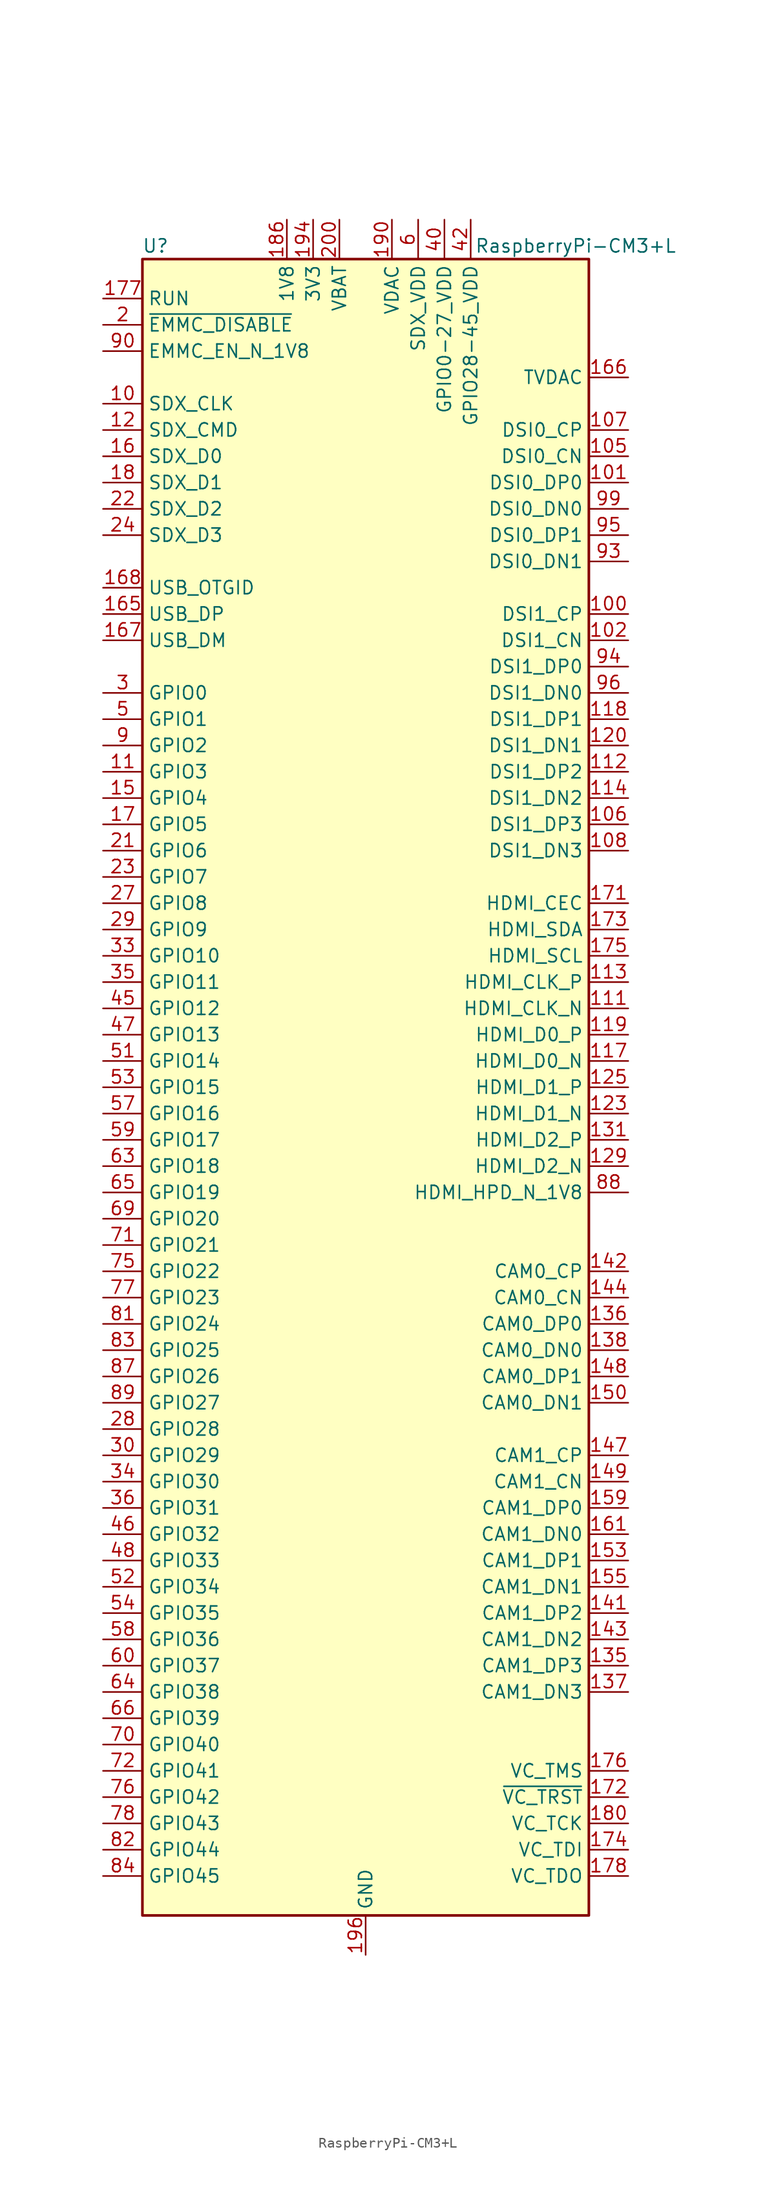
<source format=kicad_sym>
(kicad_symbol_lib
  (version 20211014)
  (generator kicad_symbol_editor)
  (symbol "RaspberryPi-CM3+L"
    (property "Reference" "U"
      (at -20.32 81.28 0)
      (effects (font (size 1.27 1.27))))
    (property "Value" "RaspberryPi-CM3+L"
      (at 20.32 81.28 0)
      (effects (font (size 1.27 1.27))))
    (symbol "RaspberryPi-CM3+L_0_1"
      (rectangle (start -21.59 80.01) (end 21.59 -80.01) (stroke (width 0.254) (type default) (color 0 0 0 0)) (fill (type background))))
    (symbol "RaspberryPi-CM3+L_1_1"
      (pin passive line (at 0 -83.82 90) (length 3.81) hide (name "GND" (effects (font (size 1.27 1.27)))) (number "1" (effects (font (size 1.27 1.27)))))
      (pin output line (at -25.4 66.04 0) (length 3.81) (name "SDX_CLK" (effects (font (size 1.27 1.27)))) (number "10" (effects (font (size 1.27 1.27)))))
      (pin output line (at 25.4 45.72 180) (length 3.81) (name "DSI1_CP" (effects (font (size 1.27 1.27)))) (number "100" (effects (font (size 1.27 1.27)))))
      (pin output line (at 25.4 58.42 180) (length 3.81) (name "DSI0_DP0" (effects (font (size 1.27 1.27)))) (number "101" (effects (font (size 1.27 1.27)))))
      (pin output line (at 25.4 43.18 180) (length 3.81) (name "DSI1_CN" (effects (font (size 1.27 1.27)))) (number "102" (effects (font (size 1.27 1.27)))))
      (pin passive line (at 0 -83.82 90) (length 3.81) hide (name "GND" (effects (font (size 1.27 1.27)))) (number "103" (effects (font (size 1.27 1.27)))))
      (pin passive line (at 0 -83.82 90) (length 3.81) hide (name "GND" (effects (font (size 1.27 1.27)))) (number "104" (effects (font (size 1.27 1.27)))))
      (pin output line (at 25.4 60.96 180) (length 3.81) (name "DSI0_CN" (effects (font (size 1.27 1.27)))) (number "105" (effects (font (size 1.27 1.27)))))
      (pin output line (at 25.4 25.4 180) (length 3.81) (name "DSI1_DP3" (effects (font (size 1.27 1.27)))) (number "106" (effects (font (size 1.27 1.27)))))
      (pin output line (at 25.4 63.5 180) (length 3.81) (name "DSI0_CP" (effects (font (size 1.27 1.27)))) (number "107" (effects (font (size 1.27 1.27)))))
      (pin output line (at 25.4 22.86 180) (length 3.81) (name "DSI1_DN3" (effects (font (size 1.27 1.27)))) (number "108" (effects (font (size 1.27 1.27)))))
      (pin passive line (at 0 -83.82 90) (length 3.81) hide (name "GND" (effects (font (size 1.27 1.27)))) (number "109" (effects (font (size 1.27 1.27)))))
      (pin bidirectional line (at -25.4 30.48 0) (length 3.81) (name "GPIO3" (effects (font (size 1.27 1.27)))) (number "11" (effects (font (size 1.27 1.27)))))
      (pin passive line (at 0 -83.82 90) (length 3.81) hide (name "GND" (effects (font (size 1.27 1.27)))) (number "110" (effects (font (size 1.27 1.27)))))
      (pin output line (at 25.4 7.62 180) (length 3.81) (name "HDMI_CLK_N" (effects (font (size 1.27 1.27)))) (number "111" (effects (font (size 1.27 1.27)))))
      (pin output line (at 25.4 30.48 180) (length 3.81) (name "DSI1_DP2" (effects (font (size 1.27 1.27)))) (number "112" (effects (font (size 1.27 1.27)))))
      (pin output line (at 25.4 10.16 180) (length 3.81) (name "HDMI_CLK_P" (effects (font (size 1.27 1.27)))) (number "113" (effects (font (size 1.27 1.27)))))
      (pin output line (at 25.4 27.94 180) (length 3.81) (name "DSI1_DN2" (effects (font (size 1.27 1.27)))) (number "114" (effects (font (size 1.27 1.27)))))
      (pin passive line (at 0 -83.82 90) (length 3.81) hide (name "GND" (effects (font (size 1.27 1.27)))) (number "115" (effects (font (size 1.27 1.27)))))
      (pin passive line (at 0 -83.82 90) (length 3.81) hide (name "GND" (effects (font (size 1.27 1.27)))) (number "116" (effects (font (size 1.27 1.27)))))
      (pin output line (at 25.4 2.54 180) (length 3.81) (name "HDMI_D0_N" (effects (font (size 1.27 1.27)))) (number "117" (effects (font (size 1.27 1.27)))))
      (pin output line (at 25.4 35.56 180) (length 3.81) (name "DSI1_DP1" (effects (font (size 1.27 1.27)))) (number "118" (effects (font (size 1.27 1.27)))))
      (pin output line (at 25.4 5.08 180) (length 3.81) (name "HDMI_D0_P" (effects (font (size 1.27 1.27)))) (number "119" (effects (font (size 1.27 1.27)))))
      (pin bidirectional line (at -25.4 63.5 0) (length 3.81) (name "SDX_CMD" (effects (font (size 1.27 1.27)))) (number "12" (effects (font (size 1.27 1.27)))))
      (pin output line (at 25.4 33.02 180) (length 3.81) (name "DSI1_DN1" (effects (font (size 1.27 1.27)))) (number "120" (effects (font (size 1.27 1.27)))))
      (pin passive line (at 0 -83.82 90) (length 3.81) hide (name "GND" (effects (font (size 1.27 1.27)))) (number "121" (effects (font (size 1.27 1.27)))))
      (pin passive line (at 0 -83.82 90) (length 3.81) hide (name "GND" (effects (font (size 1.27 1.27)))) (number "122" (effects (font (size 1.27 1.27)))))
      (pin output line (at 25.4 -2.54 180) (length 3.81) (name "HDMI_D1_N" (effects (font (size 1.27 1.27)))) (number "123" (effects (font (size 1.27 1.27)))))
      (pin no_connect line (at 20.32 76.2 180) (length 2.54) hide (name "NC" (effects (font (size 1.27 1.27)))) (number "124" (effects (font (size 1.27 1.27)))))
      (pin output line (at 25.4 0 180) (length 3.81) (name "HDMI_D1_P" (effects (font (size 1.27 1.27)))) (number "125" (effects (font (size 1.27 1.27)))))
      (pin no_connect line (at 20.32 73.66 180) (length 2.54) hide (name "NC" (effects (font (size 1.27 1.27)))) (number "126" (effects (font (size 1.27 1.27)))))
      (pin passive line (at 0 -83.82 90) (length 3.81) hide (name "GND" (effects (font (size 1.27 1.27)))) (number "127" (effects (font (size 1.27 1.27)))))
      (pin no_connect line (at 20.32 71.12 180) (length 2.54) hide (name "NC" (effects (font (size 1.27 1.27)))) (number "128" (effects (font (size 1.27 1.27)))))
      (pin output line (at 25.4 -7.62 180) (length 3.81) (name "HDMI_D2_N" (effects (font (size 1.27 1.27)))) (number "129" (effects (font (size 1.27 1.27)))))
      (pin passive line (at 0 -83.82 90) (length 3.81) hide (name "GND" (effects (font (size 1.27 1.27)))) (number "13" (effects (font (size 1.27 1.27)))))
      (pin no_connect line (at 20.32 66.04 180) (length 2.54) hide (name "NC" (effects (font (size 1.27 1.27)))) (number "130" (effects (font (size 1.27 1.27)))))
      (pin output line (at 25.4 -5.08 180) (length 3.81) (name "HDMI_D2_P" (effects (font (size 1.27 1.27)))) (number "131" (effects (font (size 1.27 1.27)))))
      (pin no_connect line (at 20.32 48.26 180) (length 2.54) hide (name "NC" (effects (font (size 1.27 1.27)))) (number "132" (effects (font (size 1.27 1.27)))))
      (pin passive line (at 0 -83.82 90) (length 3.81) hide (name "GND" (effects (font (size 1.27 1.27)))) (number "133" (effects (font (size 1.27 1.27)))))
      (pin passive line (at 0 -83.82 90) (length 3.81) hide (name "GND" (effects (font (size 1.27 1.27)))) (number "134" (effects (font (size 1.27 1.27)))))
      (pin input line (at 25.4 -55.88 180) (length 3.81) (name "CAM1_DP3" (effects (font (size 1.27 1.27)))) (number "135" (effects (font (size 1.27 1.27)))))
      (pin input line (at 25.4 -22.86 180) (length 3.81) (name "CAM0_DP0" (effects (font (size 1.27 1.27)))) (number "136" (effects (font (size 1.27 1.27)))))
      (pin input line (at 25.4 -58.42 180) (length 3.81) (name "CAM1_DN3" (effects (font (size 1.27 1.27)))) (number "137" (effects (font (size 1.27 1.27)))))
      (pin input line (at 25.4 -25.4 180) (length 3.81) (name "CAM0_DN0" (effects (font (size 1.27 1.27)))) (number "138" (effects (font (size 1.27 1.27)))))
      (pin passive line (at 0 -83.82 90) (length 3.81) hide (name "GND" (effects (font (size 1.27 1.27)))) (number "139" (effects (font (size 1.27 1.27)))))
      (pin passive line (at 0 -83.82 90) (length 3.81) hide (name "GND" (effects (font (size 1.27 1.27)))) (number "14" (effects (font (size 1.27 1.27)))))
      (pin passive line (at 0 -83.82 90) (length 3.81) hide (name "GND" (effects (font (size 1.27 1.27)))) (number "140" (effects (font (size 1.27 1.27)))))
      (pin input line (at 25.4 -50.8 180) (length 3.81) (name "CAM1_DP2" (effects (font (size 1.27 1.27)))) (number "141" (effects (font (size 1.27 1.27)))))
      (pin input line (at 25.4 -17.78 180) (length 3.81) (name "CAM0_CP" (effects (font (size 1.27 1.27)))) (number "142" (effects (font (size 1.27 1.27)))))
      (pin input line (at 25.4 -53.34 180) (length 3.81) (name "CAM1_DN2" (effects (font (size 1.27 1.27)))) (number "143" (effects (font (size 1.27 1.27)))))
      (pin input line (at 25.4 -20.32 180) (length 3.81) (name "CAM0_CN" (effects (font (size 1.27 1.27)))) (number "144" (effects (font (size 1.27 1.27)))))
      (pin passive line (at 0 -83.82 90) (length 3.81) hide (name "GND" (effects (font (size 1.27 1.27)))) (number "145" (effects (font (size 1.27 1.27)))))
      (pin passive line (at 0 -83.82 90) (length 3.81) hide (name "GND" (effects (font (size 1.27 1.27)))) (number "146" (effects (font (size 1.27 1.27)))))
      (pin input line (at 25.4 -35.56 180) (length 3.81) (name "CAM1_CP" (effects (font (size 1.27 1.27)))) (number "147" (effects (font (size 1.27 1.27)))))
      (pin input line (at 25.4 -27.94 180) (length 3.81) (name "CAM0_DP1" (effects (font (size 1.27 1.27)))) (number "148" (effects (font (size 1.27 1.27)))))
      (pin input line (at 25.4 -38.1 180) (length 3.81) (name "CAM1_CN" (effects (font (size 1.27 1.27)))) (number "149" (effects (font (size 1.27 1.27)))))
      (pin bidirectional line (at -25.4 27.94 0) (length 3.81) (name "GPIO4" (effects (font (size 1.27 1.27)))) (number "15" (effects (font (size 1.27 1.27)))))
      (pin input line (at 25.4 -30.48 180) (length 3.81) (name "CAM0_DN1" (effects (font (size 1.27 1.27)))) (number "150" (effects (font (size 1.27 1.27)))))
      (pin passive line (at 0 -83.82 90) (length 3.81) hide (name "GND" (effects (font (size 1.27 1.27)))) (number "151" (effects (font (size 1.27 1.27)))))
      (pin passive line (at 0 -83.82 90) (length 3.81) hide (name "GND" (effects (font (size 1.27 1.27)))) (number "152" (effects (font (size 1.27 1.27)))))
      (pin input line (at 25.4 -45.72 180) (length 3.81) (name "CAM1_DP1" (effects (font (size 1.27 1.27)))) (number "153" (effects (font (size 1.27 1.27)))))
      (pin no_connect line (at 20.32 -15.24 180) (length 2.54) hide (name "NC" (effects (font (size 1.27 1.27)))) (number "154" (effects (font (size 1.27 1.27)))))
      (pin input line (at 25.4 -48.26 180) (length 3.81) (name "CAM1_DN1" (effects (font (size 1.27 1.27)))) (number "155" (effects (font (size 1.27 1.27)))))
      (pin no_connect line (at 20.32 -12.7 180) (length 2.54) hide (name "NC" (effects (font (size 1.27 1.27)))) (number "156" (effects (font (size 1.27 1.27)))))
      (pin passive line (at 0 -83.82 90) (length 3.81) hide (name "GND" (effects (font (size 1.27 1.27)))) (number "157" (effects (font (size 1.27 1.27)))))
      (pin no_connect line (at 20.32 20.32 180) (length 2.54) hide (name "NC" (effects (font (size 1.27 1.27)))) (number "158" (effects (font (size 1.27 1.27)))))
      (pin input line (at 25.4 -40.64 180) (length 3.81) (name "CAM1_DP0" (effects (font (size 1.27 1.27)))) (number "159" (effects (font (size 1.27 1.27)))))
      (pin bidirectional line (at -25.4 60.96 0) (length 3.81) (name "SDX_D0" (effects (font (size 1.27 1.27)))) (number "16" (effects (font (size 1.27 1.27)))))
      (pin no_connect line (at 20.32 -60.96 180) (length 2.54) hide (name "NC" (effects (font (size 1.27 1.27)))) (number "160" (effects (font (size 1.27 1.27)))))
      (pin input line (at 25.4 -43.18 180) (length 3.81) (name "CAM1_DN0" (effects (font (size 1.27 1.27)))) (number "161" (effects (font (size 1.27 1.27)))))
      (pin no_connect line (at 20.32 -63.5 180) (length 2.54) hide (name "NC" (effects (font (size 1.27 1.27)))) (number "162" (effects (font (size 1.27 1.27)))))
      (pin passive line (at 0 -83.82 90) (length 3.81) hide (name "GND" (effects (font (size 1.27 1.27)))) (number "163" (effects (font (size 1.27 1.27)))))
      (pin passive line (at 0 -83.82 90) (length 3.81) hide (name "GND" (effects (font (size 1.27 1.27)))) (number "164" (effects (font (size 1.27 1.27)))))
      (pin bidirectional line (at -25.4 45.72 0) (length 3.81) (name "USB_DP" (effects (font (size 1.27 1.27)))) (number "165" (effects (font (size 1.27 1.27)))))
      (pin output line (at 25.4 68.58 180) (length 3.81) (name "TVDAC" (effects (font (size 1.27 1.27)))) (number "166" (effects (font (size 1.27 1.27)))))
      (pin bidirectional line (at -25.4 43.18 0) (length 3.81) (name "USB_DM" (effects (font (size 1.27 1.27)))) (number "167" (effects (font (size 1.27 1.27)))))
      (pin passive line (at -25.4 48.26 0) (length 3.81) (name "USB_OTGID" (effects (font (size 1.27 1.27)))) (number "168" (effects (font (size 1.27 1.27)))))
      (pin passive line (at 0 -83.82 90) (length 3.81) hide (name "GND" (effects (font (size 1.27 1.27)))) (number "169" (effects (font (size 1.27 1.27)))))
      (pin bidirectional line (at -25.4 25.4 0) (length 3.81) (name "GPIO5" (effects (font (size 1.27 1.27)))) (number "17" (effects (font (size 1.27 1.27)))))
      (pin passive line (at 0 -83.82 90) (length 3.81) hide (name "GND" (effects (font (size 1.27 1.27)))) (number "170" (effects (font (size 1.27 1.27)))))
      (pin bidirectional line (at 25.4 17.78 180) (length 3.81) (name "HDMI_CEC" (effects (font (size 1.27 1.27)))) (number "171" (effects (font (size 1.27 1.27)))))
      (pin input line (at 25.4 -68.58 180) (length 3.81) (name "~{VC_TRST}" (effects (font (size 1.27 1.27)))) (number "172" (effects (font (size 1.27 1.27)))))
      (pin bidirectional line (at 25.4 15.24 180) (length 3.81) (name "HDMI_SDA" (effects (font (size 1.27 1.27)))) (number "173" (effects (font (size 1.27 1.27)))))
      (pin input line (at 25.4 -73.66 180) (length 3.81) (name "VC_TDI" (effects (font (size 1.27 1.27)))) (number "174" (effects (font (size 1.27 1.27)))))
      (pin bidirectional line (at 25.4 12.7 180) (length 3.81) (name "HDMI_SCL" (effects (font (size 1.27 1.27)))) (number "175" (effects (font (size 1.27 1.27)))))
      (pin input line (at 25.4 -66.04 180) (length 3.81) (name "VC_TMS" (effects (font (size 1.27 1.27)))) (number "176" (effects (font (size 1.27 1.27)))))
      (pin input line (at -25.4 76.2 0) (length 3.81) (name "RUN" (effects (font (size 1.27 1.27)))) (number "177" (effects (font (size 1.27 1.27)))))
      (pin output line (at 25.4 -76.2 180) (length 3.81) (name "VC_TDO" (effects (font (size 1.27 1.27)))) (number "178" (effects (font (size 1.27 1.27)))))
      (pin no_connect line (at 0 78.74 270) (length 2.54) hide (name "VDD_CORE_(DO_NOT_CONNECT)" (effects (font (size 1.27 1.27)))) (number "179" (effects (font (size 1.27 1.27)))))
      (pin bidirectional line (at -25.4 58.42 0) (length 3.81) (name "SDX_D1" (effects (font (size 1.27 1.27)))) (number "18" (effects (font (size 1.27 1.27)))))
      (pin input line (at 25.4 -71.12 180) (length 3.81) (name "VC_TCK" (effects (font (size 1.27 1.27)))) (number "180" (effects (font (size 1.27 1.27)))))
      (pin passive line (at 0 -83.82 90) (length 3.81) hide (name "GND" (effects (font (size 1.27 1.27)))) (number "181" (effects (font (size 1.27 1.27)))))
      (pin passive line (at 0 -83.82 90) (length 3.81) hide (name "GND" (effects (font (size 1.27 1.27)))) (number "182" (effects (font (size 1.27 1.27)))))
      (pin passive line (at -7.62 83.82 270) (length 3.81) hide (name "1V8" (effects (font (size 1.27 1.27)))) (number "183" (effects (font (size 1.27 1.27)))))
      (pin passive line (at -7.62 83.82 270) (length 3.81) hide (name "1V8" (effects (font (size 1.27 1.27)))) (number "184" (effects (font (size 1.27 1.27)))))
      (pin passive line (at -7.62 83.82 270) (length 3.81) hide (name "1V8" (effects (font (size 1.27 1.27)))) (number "185" (effects (font (size 1.27 1.27)))))
      (pin power_in line (at -7.62 83.82 270) (length 3.81) (name "1V8" (effects (font (size 1.27 1.27)))) (number "186" (effects (font (size 1.27 1.27)))))
      (pin passive line (at 0 -83.82 90) (length 3.81) hide (name "GND" (effects (font (size 1.27 1.27)))) (number "187" (effects (font (size 1.27 1.27)))))
      (pin passive line (at 0 -83.82 90) (length 3.81) hide (name "GND" (effects (font (size 1.27 1.27)))) (number "188" (effects (font (size 1.27 1.27)))))
      (pin passive line (at 2.54 83.82 270) (length 3.81) hide (name "VDAC" (effects (font (size 1.27 1.27)))) (number "189" (effects (font (size 1.27 1.27)))))
      (pin passive line (at 0 -83.82 90) (length 3.81) hide (name "GND" (effects (font (size 1.27 1.27)))) (number "19" (effects (font (size 1.27 1.27)))))
      (pin power_in line (at 2.54 83.82 270) (length 3.81) (name "VDAC" (effects (font (size 1.27 1.27)))) (number "190" (effects (font (size 1.27 1.27)))))
      (pin passive line (at -5.08 83.82 270) (length 3.81) hide (name "3V3" (effects (font (size 1.27 1.27)))) (number "191" (effects (font (size 1.27 1.27)))))
      (pin passive line (at -5.08 83.82 270) (length 3.81) hide (name "3V3" (effects (font (size 1.27 1.27)))) (number "192" (effects (font (size 1.27 1.27)))))
      (pin passive line (at -5.08 83.82 270) (length 3.81) hide (name "3V3" (effects (font (size 1.27 1.27)))) (number "193" (effects (font (size 1.27 1.27)))))
      (pin power_in line (at -5.08 83.82 270) (length 3.81) (name "3V3" (effects (font (size 1.27 1.27)))) (number "194" (effects (font (size 1.27 1.27)))))
      (pin passive line (at 0 -83.82 90) (length 3.81) hide (name "GND" (effects (font (size 1.27 1.27)))) (number "195" (effects (font (size 1.27 1.27)))))
      (pin power_out line (at 0 -83.82 90) (length 3.81) (name "GND" (effects (font (size 1.27 1.27)))) (number "196" (effects (font (size 1.27 1.27)))))
      (pin passive line (at -2.54 83.82 270) (length 3.81) hide (name "VBAT" (effects (font (size 1.27 1.27)))) (number "197" (effects (font (size 1.27 1.27)))))
      (pin passive line (at -2.54 83.82 270) (length 3.81) hide (name "VBAT" (effects (font (size 1.27 1.27)))) (number "198" (effects (font (size 1.27 1.27)))))
      (pin passive line (at -2.54 83.82 270) (length 3.81) hide (name "VBAT" (effects (font (size 1.27 1.27)))) (number "199" (effects (font (size 1.27 1.27)))))
      (pin input line (at -25.4 73.66 0) (length 3.81) (name "~{EMMC_DISABLE}" (effects (font (size 1.27 1.27)))) (number "2" (effects (font (size 1.27 1.27)))))
      (pin passive line (at 0 -83.82 90) (length 3.81) hide (name "GND" (effects (font (size 1.27 1.27)))) (number "20" (effects (font (size 1.27 1.27)))))
      (pin power_in line (at -2.54 83.82 270) (length 3.81) (name "VBAT" (effects (font (size 1.27 1.27)))) (number "200" (effects (font (size 1.27 1.27)))))
      (pin bidirectional line (at -25.4 22.86 0) (length 3.81) (name "GPIO6" (effects (font (size 1.27 1.27)))) (number "21" (effects (font (size 1.27 1.27)))))
      (pin bidirectional line (at -25.4 55.88 0) (length 3.81) (name "SDX_D2" (effects (font (size 1.27 1.27)))) (number "22" (effects (font (size 1.27 1.27)))))
      (pin bidirectional line (at -25.4 20.32 0) (length 3.81) (name "GPIO7" (effects (font (size 1.27 1.27)))) (number "23" (effects (font (size 1.27 1.27)))))
      (pin bidirectional line (at -25.4 53.34 0) (length 3.81) (name "SDX_D3" (effects (font (size 1.27 1.27)))) (number "24" (effects (font (size 1.27 1.27)))))
      (pin passive line (at 0 -83.82 90) (length 3.81) hide (name "GND" (effects (font (size 1.27 1.27)))) (number "25" (effects (font (size 1.27 1.27)))))
      (pin passive line (at 0 -83.82 90) (length 3.81) hide (name "GND" (effects (font (size 1.27 1.27)))) (number "26" (effects (font (size 1.27 1.27)))))
      (pin bidirectional line (at -25.4 17.78 0) (length 3.81) (name "GPIO8" (effects (font (size 1.27 1.27)))) (number "27" (effects (font (size 1.27 1.27)))))
      (pin bidirectional line (at -25.4 -33.02 0) (length 3.81) (name "GPIO28" (effects (font (size 1.27 1.27)))) (number "28" (effects (font (size 1.27 1.27)))))
      (pin bidirectional line (at -25.4 15.24 0) (length 3.81) (name "GPIO9" (effects (font (size 1.27 1.27)))) (number "29" (effects (font (size 1.27 1.27)))))
      (pin bidirectional line (at -25.4 38.1 0) (length 3.81) (name "GPIO0" (effects (font (size 1.27 1.27)))) (number "3" (effects (font (size 1.27 1.27)))))
      (pin bidirectional line (at -25.4 -35.56 0) (length 3.81) (name "GPIO29" (effects (font (size 1.27 1.27)))) (number "30" (effects (font (size 1.27 1.27)))))
      (pin passive line (at 0 -83.82 90) (length 3.81) hide (name "GND" (effects (font (size 1.27 1.27)))) (number "31" (effects (font (size 1.27 1.27)))))
      (pin passive line (at 0 -83.82 90) (length 3.81) hide (name "GND" (effects (font (size 1.27 1.27)))) (number "32" (effects (font (size 1.27 1.27)))))
      (pin bidirectional line (at -25.4 12.7 0) (length 3.81) (name "GPIO10" (effects (font (size 1.27 1.27)))) (number "33" (effects (font (size 1.27 1.27)))))
      (pin bidirectional line (at -25.4 -38.1 0) (length 3.81) (name "GPIO30" (effects (font (size 1.27 1.27)))) (number "34" (effects (font (size 1.27 1.27)))))
      (pin bidirectional line (at -25.4 10.16 0) (length 3.81) (name "GPIO11" (effects (font (size 1.27 1.27)))) (number "35" (effects (font (size 1.27 1.27)))))
      (pin bidirectional line (at -25.4 -40.64 0) (length 3.81) (name "GPIO31" (effects (font (size 1.27 1.27)))) (number "36" (effects (font (size 1.27 1.27)))))
      (pin passive line (at 0 -83.82 90) (length 3.81) hide (name "GND" (effects (font (size 1.27 1.27)))) (number "37" (effects (font (size 1.27 1.27)))))
      (pin passive line (at 0 -83.82 90) (length 3.81) hide (name "GND" (effects (font (size 1.27 1.27)))) (number "38" (effects (font (size 1.27 1.27)))))
      (pin passive line (at 7.62 83.82 270) (length 3.81) hide (name "GPIO0-27_VDD" (effects (font (size 1.27 1.27)))) (number "39" (effects (font (size 1.27 1.27)))))
      (pin passive line (at 5.08 83.82 270) (length 3.81) hide (name "SDX_VDD" (effects (font (size 1.27 1.27)))) (number "4" (effects (font (size 1.27 1.27)))))
      (pin power_in line (at 7.62 83.82 270) (length 3.81) (name "GPIO0-27_VDD" (effects (font (size 1.27 1.27)))) (number "40" (effects (font (size 1.27 1.27)))))
      (pin passive line (at 10.16 83.82 270) (length 3.81) hide (name "GPIO28-45_VDD" (effects (font (size 1.27 1.27)))) (number "41" (effects (font (size 1.27 1.27)))))
      (pin power_in line (at 10.16 83.82 270) (length 3.81) (name "GPIO28-45_VDD" (effects (font (size 1.27 1.27)))) (number "42" (effects (font (size 1.27 1.27)))))
      (pin passive line (at 0 -83.82 90) (length 3.81) hide (name "GND" (effects (font (size 1.27 1.27)))) (number "43" (effects (font (size 1.27 1.27)))))
      (pin passive line (at 0 -83.82 90) (length 3.81) hide (name "GND" (effects (font (size 1.27 1.27)))) (number "44" (effects (font (size 1.27 1.27)))))
      (pin bidirectional line (at -25.4 7.62 0) (length 3.81) (name "GPIO12" (effects (font (size 1.27 1.27)))) (number "45" (effects (font (size 1.27 1.27)))))
      (pin bidirectional line (at -25.4 -43.18 0) (length 3.81) (name "GPIO32" (effects (font (size 1.27 1.27)))) (number "46" (effects (font (size 1.27 1.27)))))
      (pin bidirectional line (at -25.4 5.08 0) (length 3.81) (name "GPIO13" (effects (font (size 1.27 1.27)))) (number "47" (effects (font (size 1.27 1.27)))))
      (pin bidirectional line (at -25.4 -45.72 0) (length 3.81) (name "GPIO33" (effects (font (size 1.27 1.27)))) (number "48" (effects (font (size 1.27 1.27)))))
      (pin passive line (at 0 -83.82 90) (length 3.81) hide (name "GND" (effects (font (size 1.27 1.27)))) (number "49" (effects (font (size 1.27 1.27)))))
      (pin bidirectional line (at -25.4 35.56 0) (length 3.81) (name "GPIO1" (effects (font (size 1.27 1.27)))) (number "5" (effects (font (size 1.27 1.27)))))
      (pin passive line (at 0 -83.82 90) (length 3.81) hide (name "GND" (effects (font (size 1.27 1.27)))) (number "50" (effects (font (size 1.27 1.27)))))
      (pin bidirectional line (at -25.4 2.54 0) (length 3.81) (name "GPIO14" (effects (font (size 1.27 1.27)))) (number "51" (effects (font (size 1.27 1.27)))))
      (pin bidirectional line (at -25.4 -48.26 0) (length 3.81) (name "GPIO34" (effects (font (size 1.27 1.27)))) (number "52" (effects (font (size 1.27 1.27)))))
      (pin bidirectional line (at -25.4 0 0) (length 3.81) (name "GPIO15" (effects (font (size 1.27 1.27)))) (number "53" (effects (font (size 1.27 1.27)))))
      (pin bidirectional line (at -25.4 -50.8 0) (length 3.81) (name "GPIO35" (effects (font (size 1.27 1.27)))) (number "54" (effects (font (size 1.27 1.27)))))
      (pin passive line (at 0 -83.82 90) (length 3.81) hide (name "GND" (effects (font (size 1.27 1.27)))) (number "55" (effects (font (size 1.27 1.27)))))
      (pin passive line (at 0 -83.82 90) (length 3.81) hide (name "GND" (effects (font (size 1.27 1.27)))) (number "56" (effects (font (size 1.27 1.27)))))
      (pin bidirectional line (at -25.4 -2.54 0) (length 3.81) (name "GPIO16" (effects (font (size 1.27 1.27)))) (number "57" (effects (font (size 1.27 1.27)))))
      (pin bidirectional line (at -25.4 -53.34 0) (length 3.81) (name "GPIO36" (effects (font (size 1.27 1.27)))) (number "58" (effects (font (size 1.27 1.27)))))
      (pin bidirectional line (at -25.4 -5.08 0) (length 3.81) (name "GPIO17" (effects (font (size 1.27 1.27)))) (number "59" (effects (font (size 1.27 1.27)))))
      (pin power_in line (at 5.08 83.82 270) (length 3.81) (name "SDX_VDD" (effects (font (size 1.27 1.27)))) (number "6" (effects (font (size 1.27 1.27)))))
      (pin bidirectional line (at -25.4 -55.88 0) (length 3.81) (name "GPIO37" (effects (font (size 1.27 1.27)))) (number "60" (effects (font (size 1.27 1.27)))))
      (pin passive line (at 0 -83.82 90) (length 3.81) hide (name "GND" (effects (font (size 1.27 1.27)))) (number "61" (effects (font (size 1.27 1.27)))))
      (pin passive line (at 0 -83.82 90) (length 3.81) hide (name "GND" (effects (font (size 1.27 1.27)))) (number "62" (effects (font (size 1.27 1.27)))))
      (pin bidirectional line (at -25.4 -7.62 0) (length 3.81) (name "GPIO18" (effects (font (size 1.27 1.27)))) (number "63" (effects (font (size 1.27 1.27)))))
      (pin bidirectional line (at -25.4 -58.42 0) (length 3.81) (name "GPIO38" (effects (font (size 1.27 1.27)))) (number "64" (effects (font (size 1.27 1.27)))))
      (pin bidirectional line (at -25.4 -10.16 0) (length 3.81) (name "GPIO19" (effects (font (size 1.27 1.27)))) (number "65" (effects (font (size 1.27 1.27)))))
      (pin bidirectional line (at -25.4 -60.96 0) (length 3.81) (name "GPIO39" (effects (font (size 1.27 1.27)))) (number "66" (effects (font (size 1.27 1.27)))))
      (pin passive line (at 0 -83.82 90) (length 3.81) hide (name "GND" (effects (font (size 1.27 1.27)))) (number "67" (effects (font (size 1.27 1.27)))))
      (pin passive line (at 0 -83.82 90) (length 3.81) hide (name "GND" (effects (font (size 1.27 1.27)))) (number "68" (effects (font (size 1.27 1.27)))))
      (pin bidirectional line (at -25.4 -12.7 0) (length 3.81) (name "GPIO20" (effects (font (size 1.27 1.27)))) (number "69" (effects (font (size 1.27 1.27)))))
      (pin passive line (at 0 -83.82 90) (length 3.81) hide (name "GND" (effects (font (size 1.27 1.27)))) (number "7" (effects (font (size 1.27 1.27)))))
      (pin bidirectional line (at -25.4 -63.5 0) (length 3.81) (name "GPIO40" (effects (font (size 1.27 1.27)))) (number "70" (effects (font (size 1.27 1.27)))))
      (pin bidirectional line (at -25.4 -15.24 0) (length 3.81) (name "GPIO21" (effects (font (size 1.27 1.27)))) (number "71" (effects (font (size 1.27 1.27)))))
      (pin bidirectional line (at -25.4 -66.04 0) (length 3.81) (name "GPIO41" (effects (font (size 1.27 1.27)))) (number "72" (effects (font (size 1.27 1.27)))))
      (pin passive line (at 0 -83.82 90) (length 3.81) hide (name "GND" (effects (font (size 1.27 1.27)))) (number "73" (effects (font (size 1.27 1.27)))))
      (pin passive line (at 0 -83.82 90) (length 3.81) hide (name "GND" (effects (font (size 1.27 1.27)))) (number "74" (effects (font (size 1.27 1.27)))))
      (pin bidirectional line (at -25.4 -17.78 0) (length 3.81) (name "GPIO22" (effects (font (size 1.27 1.27)))) (number "75" (effects (font (size 1.27 1.27)))))
      (pin bidirectional line (at -25.4 -68.58 0) (length 3.81) (name "GPIO42" (effects (font (size 1.27 1.27)))) (number "76" (effects (font (size 1.27 1.27)))))
      (pin bidirectional line (at -25.4 -20.32 0) (length 3.81) (name "GPIO23" (effects (font (size 1.27 1.27)))) (number "77" (effects (font (size 1.27 1.27)))))
      (pin bidirectional line (at -25.4 -71.12 0) (length 3.81) (name "GPIO43" (effects (font (size 1.27 1.27)))) (number "78" (effects (font (size 1.27 1.27)))))
      (pin passive line (at 0 -83.82 90) (length 3.81) hide (name "GND" (effects (font (size 1.27 1.27)))) (number "79" (effects (font (size 1.27 1.27)))))
      (pin passive line (at 0 -83.82 90) (length 3.81) hide (name "GND" (effects (font (size 1.27 1.27)))) (number "8" (effects (font (size 1.27 1.27)))))
      (pin passive line (at 0 -83.82 90) (length 3.81) hide (name "GND" (effects (font (size 1.27 1.27)))) (number "80" (effects (font (size 1.27 1.27)))))
      (pin bidirectional line (at -25.4 -22.86 0) (length 3.81) (name "GPIO24" (effects (font (size 1.27 1.27)))) (number "81" (effects (font (size 1.27 1.27)))))
      (pin bidirectional line (at -25.4 -73.66 0) (length 3.81) (name "GPIO44" (effects (font (size 1.27 1.27)))) (number "82" (effects (font (size 1.27 1.27)))))
      (pin bidirectional line (at -25.4 -25.4 0) (length 3.81) (name "GPIO25" (effects (font (size 1.27 1.27)))) (number "83" (effects (font (size 1.27 1.27)))))
      (pin bidirectional line (at -25.4 -76.2 0) (length 3.81) (name "GPIO45" (effects (font (size 1.27 1.27)))) (number "84" (effects (font (size 1.27 1.27)))))
      (pin passive line (at 0 -83.82 90) (length 3.81) hide (name "GND" (effects (font (size 1.27 1.27)))) (number "85" (effects (font (size 1.27 1.27)))))
      (pin passive line (at 0 -83.82 90) (length 3.81) hide (name "GND" (effects (font (size 1.27 1.27)))) (number "86" (effects (font (size 1.27 1.27)))))
      (pin bidirectional line (at -25.4 -27.94 0) (length 3.81) (name "GPIO26" (effects (font (size 1.27 1.27)))) (number "87" (effects (font (size 1.27 1.27)))))
      (pin input line (at 25.4 -10.16 180) (length 3.81) (name "HDMI_HPD_N_1V8" (effects (font (size 1.27 1.27)))) (number "88" (effects (font (size 1.27 1.27)))))
      (pin bidirectional line (at -25.4 -30.48 0) (length 3.81) (name "GPIO27" (effects (font (size 1.27 1.27)))) (number "89" (effects (font (size 1.27 1.27)))))
      (pin bidirectional line (at -25.4 33.02 0) (length 3.81) (name "GPIO2" (effects (font (size 1.27 1.27)))) (number "9" (effects (font (size 1.27 1.27)))))
      (pin output line (at -25.4 71.12 0) (length 3.81) (name "EMMC_EN_N_1V8" (effects (font (size 1.27 1.27)))) (number "90" (effects (font (size 1.27 1.27)))))
      (pin passive line (at 0 -83.82 90) (length 3.81) hide (name "GND" (effects (font (size 1.27 1.27)))) (number "91" (effects (font (size 1.27 1.27)))))
      (pin passive line (at 0 -83.82 90) (length 3.81) hide (name "GND" (effects (font (size 1.27 1.27)))) (number "92" (effects (font (size 1.27 1.27)))))
      (pin output line (at 25.4 50.8 180) (length 3.81) (name "DSI0_DN1" (effects (font (size 1.27 1.27)))) (number "93" (effects (font (size 1.27 1.27)))))
      (pin output line (at 25.4 40.64 180) (length 3.81) (name "DSI1_DP0" (effects (font (size 1.27 1.27)))) (number "94" (effects (font (size 1.27 1.27)))))
      (pin output line (at 25.4 53.34 180) (length 3.81) (name "DSI0_DP1" (effects (font (size 1.27 1.27)))) (number "95" (effects (font (size 1.27 1.27)))))
      (pin output line (at 25.4 38.1 180) (length 3.81) (name "DSI1_DN0" (effects (font (size 1.27 1.27)))) (number "96" (effects (font (size 1.27 1.27)))))
      (pin passive line (at 0 -83.82 90) (length 3.81) hide (name "GND" (effects (font (size 1.27 1.27)))) (number "97" (effects (font (size 1.27 1.27)))))
      (pin passive line (at 0 -83.82 90) (length 3.81) hide (name "GND" (effects (font (size 1.27 1.27)))) (number "98" (effects (font (size 1.27 1.27)))))
      (pin output line (at 25.4 55.88 180) (length 3.81) (name "DSI0_DN0" (effects (font (size 1.27 1.27)))) (number "99" (effects (font (size 1.27 1.27))))))))
</source>
